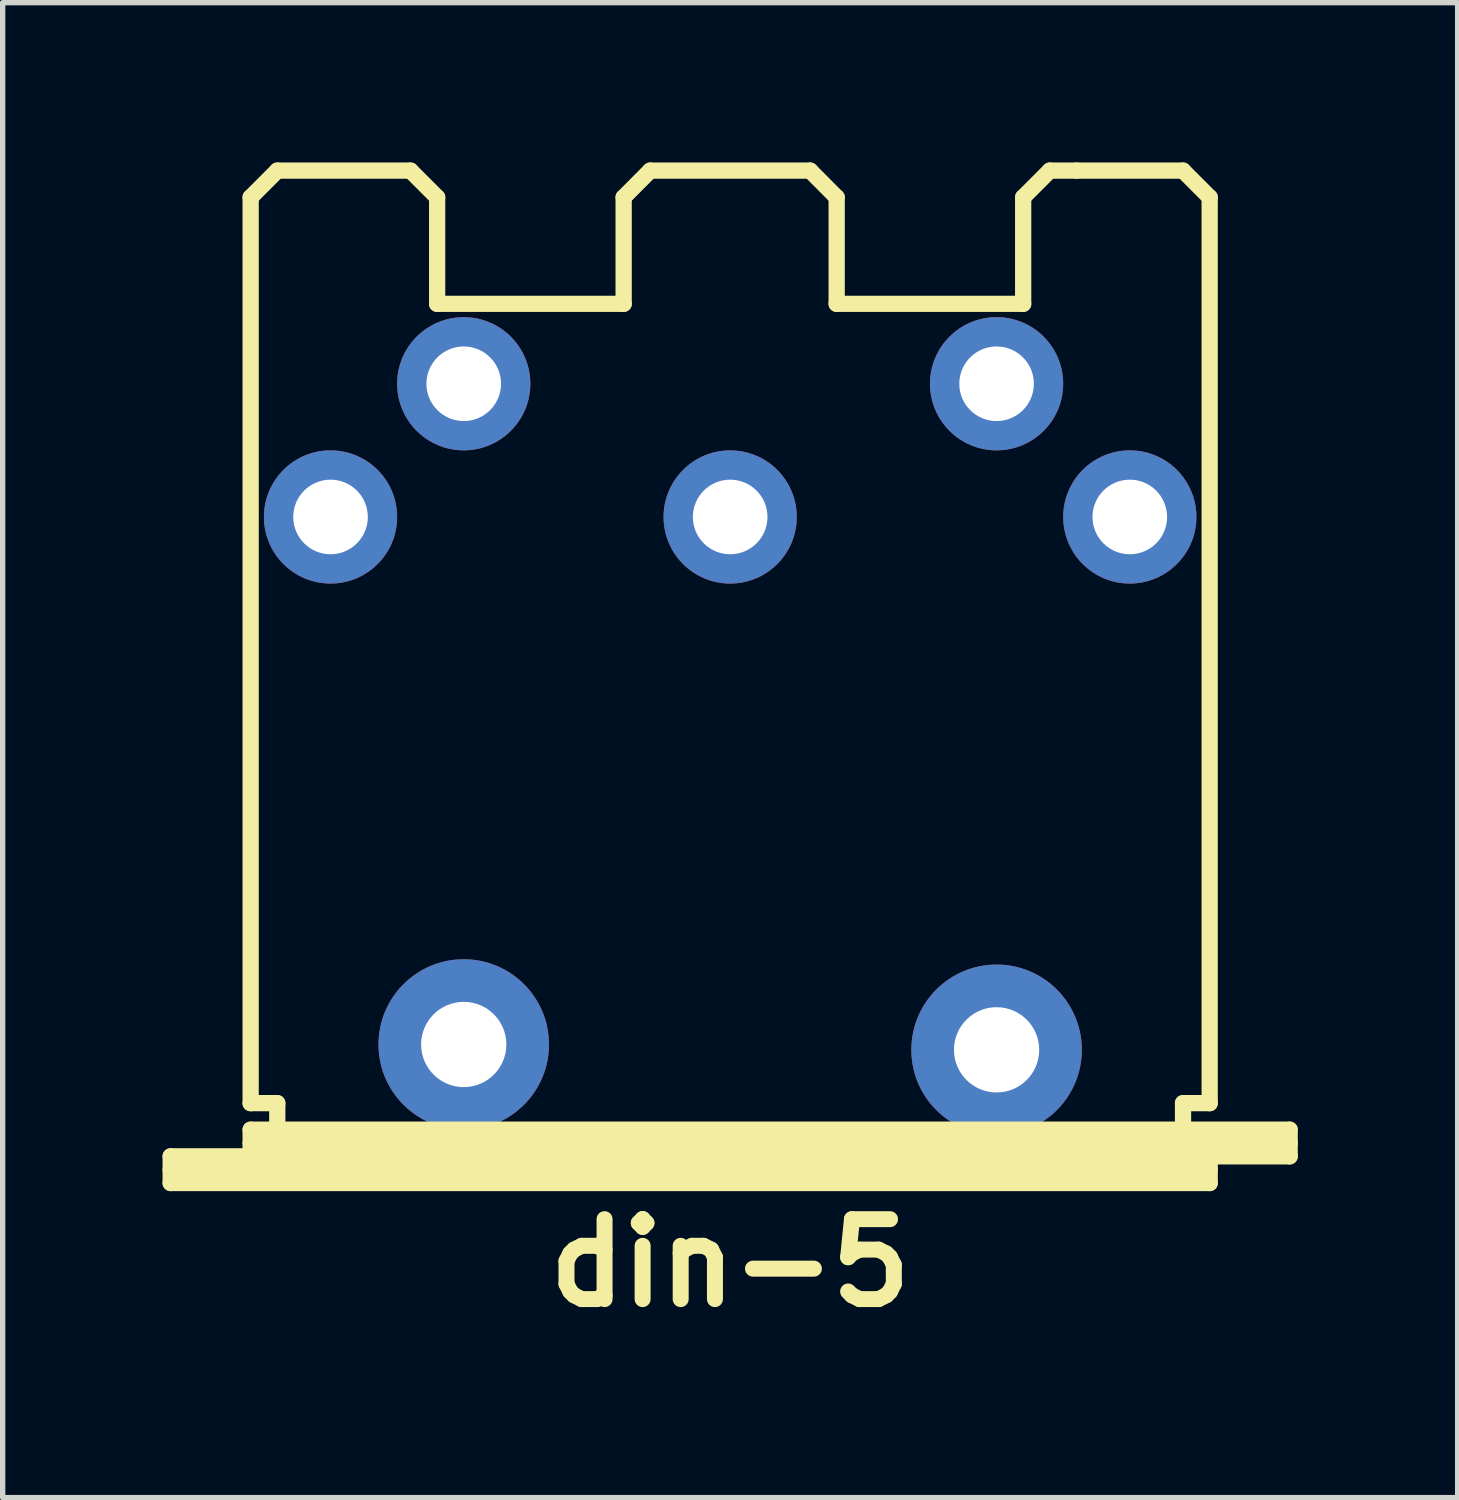
<source format=kicad_pcb>
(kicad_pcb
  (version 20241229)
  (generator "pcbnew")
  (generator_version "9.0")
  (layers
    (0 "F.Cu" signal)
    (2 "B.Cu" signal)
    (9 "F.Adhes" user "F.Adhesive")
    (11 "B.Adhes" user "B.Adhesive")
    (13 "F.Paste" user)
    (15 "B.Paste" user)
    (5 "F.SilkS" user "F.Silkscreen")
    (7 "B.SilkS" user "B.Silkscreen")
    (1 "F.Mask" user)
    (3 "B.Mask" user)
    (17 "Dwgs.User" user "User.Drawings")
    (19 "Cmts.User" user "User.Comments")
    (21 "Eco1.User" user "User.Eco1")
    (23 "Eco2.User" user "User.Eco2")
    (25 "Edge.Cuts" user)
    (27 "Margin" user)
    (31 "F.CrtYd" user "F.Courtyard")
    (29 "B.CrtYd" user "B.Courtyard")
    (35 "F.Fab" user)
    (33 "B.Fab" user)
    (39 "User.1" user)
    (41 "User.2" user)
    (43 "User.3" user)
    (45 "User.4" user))
  (footprint "din-5"
    (layer "F.Cu")
    (at 10.653 9.652)
    (property "Reference" "din-5" (at 0 11 0) (layer "F.SilkS") (effects (font (size 1.5 1.5) (thickness 0.3))))
    (attr through_hole)
    (fp_line (start -10.5 8.999) (end -8.999 8.999) (stroke (width 0.305) (type solid)) (layer "F.SilkS"))
    (fp_line (start -10.5 9.251) (end 8.999 9.251) (stroke (width 0.305) (type solid)) (layer "F.SilkS"))
    (fp_line (start -10.5 9.5) (end -10.5 8.999) (stroke (width 0.305) (type solid)) (layer "F.SilkS"))
    (fp_line (start -8.999 -8.999) (end -8.999 8.001) (stroke (width 0.305) (type solid)) (layer "F.SilkS"))
    (fp_line (start -8.999 -8.999) (end -8.499 -9.5) (stroke (width 0.305) (type solid)) (layer "F.SilkS"))
    (fp_line (start -8.999 8.001) (end -8.499 8.001) (stroke (width 0.305) (type solid)) (layer "F.SilkS"))
    (fp_line (start -8.999 8.499) (end 10.5 8.499) (stroke (width 0.305) (type solid)) (layer "F.SilkS"))
    (fp_line (start -8.999 8.75) (end 10.5 8.75) (stroke (width 0.305) (type solid)) (layer "F.SilkS"))
    (fp_line (start -8.999 8.999) (end -8.999 8.499) (stroke (width 0.305) (type solid)) (layer "F.SilkS"))
    (fp_line (start -8.499 -9.5) (end -5.999 -9.5) (stroke (width 0.305) (type solid)) (layer "F.SilkS"))
    (fp_line (start -8.499 8.001) (end -8.499 8.499) (stroke (width 0.305) (type solid)) (layer "F.SilkS"))
    (fp_line (start -5.999 -9.5) (end -5.499 -8.999) (stroke (width 0.305) (type solid)) (layer "F.SilkS"))
    (fp_line (start -5.499 -8.999) (end -5.499 -7) (stroke (width 0.305) (type solid)) (layer "F.SilkS"))
    (fp_line (start -5.499 -7) (end -1.999 -7) (stroke (width 0.305) (type solid)) (layer "F.SilkS"))
    (fp_line (start -1.999 -8.999) (end -1.999 -7) (stroke (width 0.305) (type solid)) (layer "F.SilkS"))
    (fp_line (start -1.501 -9.5) (end -1.999 -8.999) (stroke (width 0.305) (type solid)) (layer "F.SilkS"))
    (fp_line (start -1.501 -9.5) (end 1.501 -9.5) (stroke (width 0.305) (type solid)) (layer "F.SilkS"))
    (fp_line (start 1.501 -9.5) (end 1.999 -8.999) (stroke (width 0.305) (type solid)) (layer "F.SilkS"))
    (fp_line (start 1.999 -8.999) (end 1.999 -7) (stroke (width 0.305) (type solid)) (layer "F.SilkS"))
    (fp_line (start 5.499 -8.999) (end 5.499 -7) (stroke (width 0.305) (type solid)) (layer "F.SilkS"))
    (fp_line (start 5.499 -7) (end 1.999 -7) (stroke (width 0.305) (type solid)) (layer "F.SilkS"))
    (fp_line (start 5.999 -9.5) (end 5.499 -8.999) (stroke (width 0.305) (type solid)) (layer "F.SilkS"))
    (fp_line (start 6.5 -9.5) (end 5.999 -9.5) (stroke (width 0.305) (type solid)) (layer "F.SilkS"))
    (fp_line (start 8.499 -9.5) (end 6.5 -9.5) (stroke (width 0.305) (type solid)) (layer "F.SilkS"))
    (fp_line (start 8.499 8.499) (end 8.499 8.001) (stroke (width 0.305) (type solid)) (layer "F.SilkS"))
    (fp_line (start 8.999 -8.999) (end 8.499 -9.5) (stroke (width 0.305) (type solid)) (layer "F.SilkS"))
    (fp_line (start 8.999 -8.999) (end 8.999 8.001) (stroke (width 0.305) (type solid)) (layer "F.SilkS"))
    (fp_line (start 8.999 8.001) (end 8.499 8.001) (stroke (width 0.305) (type solid)) (layer "F.SilkS"))
    (fp_line (start 8.999 8.999) (end -8.999 8.999) (stroke (width 0.305) (type solid)) (layer "F.SilkS"))
    (fp_line (start 8.999 8.999) (end 8.999 9.5) (stroke (width 0.305) (type solid)) (layer "F.SilkS"))
    (fp_line (start 8.999 9.5) (end -10.5 9.5) (stroke (width 0.305) (type solid)) (layer "F.SilkS"))
    (fp_line (start 10.5 8.499) (end 10.5 8.999) (stroke (width 0.305) (type solid)) (layer "F.SilkS"))
    (fp_line (start 10.5 8.999) (end 8.999 8.999) (stroke (width 0.305) (type solid)) (layer "F.SilkS"))
    (pad "1" thru_hole circle (at 7.5 -3) (size 2.5 2.5) (drill 1.4) (layers "*.Cu" "*.Mask"))
    (pad "2" thru_hole circle (at 0 -3) (size 2.5 2.5) (drill 1.4) (layers "*.Cu" "*.Mask"))
    (pad "3" thru_hole circle (at -7.5 -3) (size 2.5 2.5) (drill 1.4) (layers "*.Cu" "*.Mask"))
    (pad "4" thru_hole circle (at 5 -5.5) (size 2.5 2.5) (drill 1.4) (layers "*.Cu" "*.Mask"))
    (pad "5" thru_hole circle (at -5 -5.5) (size 2.5 2.5) (drill 1.4) (layers "*.Cu" "*.Mask"))
    (pad "6" thru_hole circle (at -5 6.9) (size 3.2 3.2) (drill 1.6) (layers "*.Cu" "*.Mask"))
    (pad "6" thru_hole circle (at 5 7) (size 3.2 3.2) (drill 1.6) (layers "*.Cu" "*.Mask")))
  (gr_rect
    (start -3 -3)
    (end 24.306 25.056)
    (stroke (width 0.1) (type default))
    (fill no)
    (layer "Edge.Cuts")))
</source>
